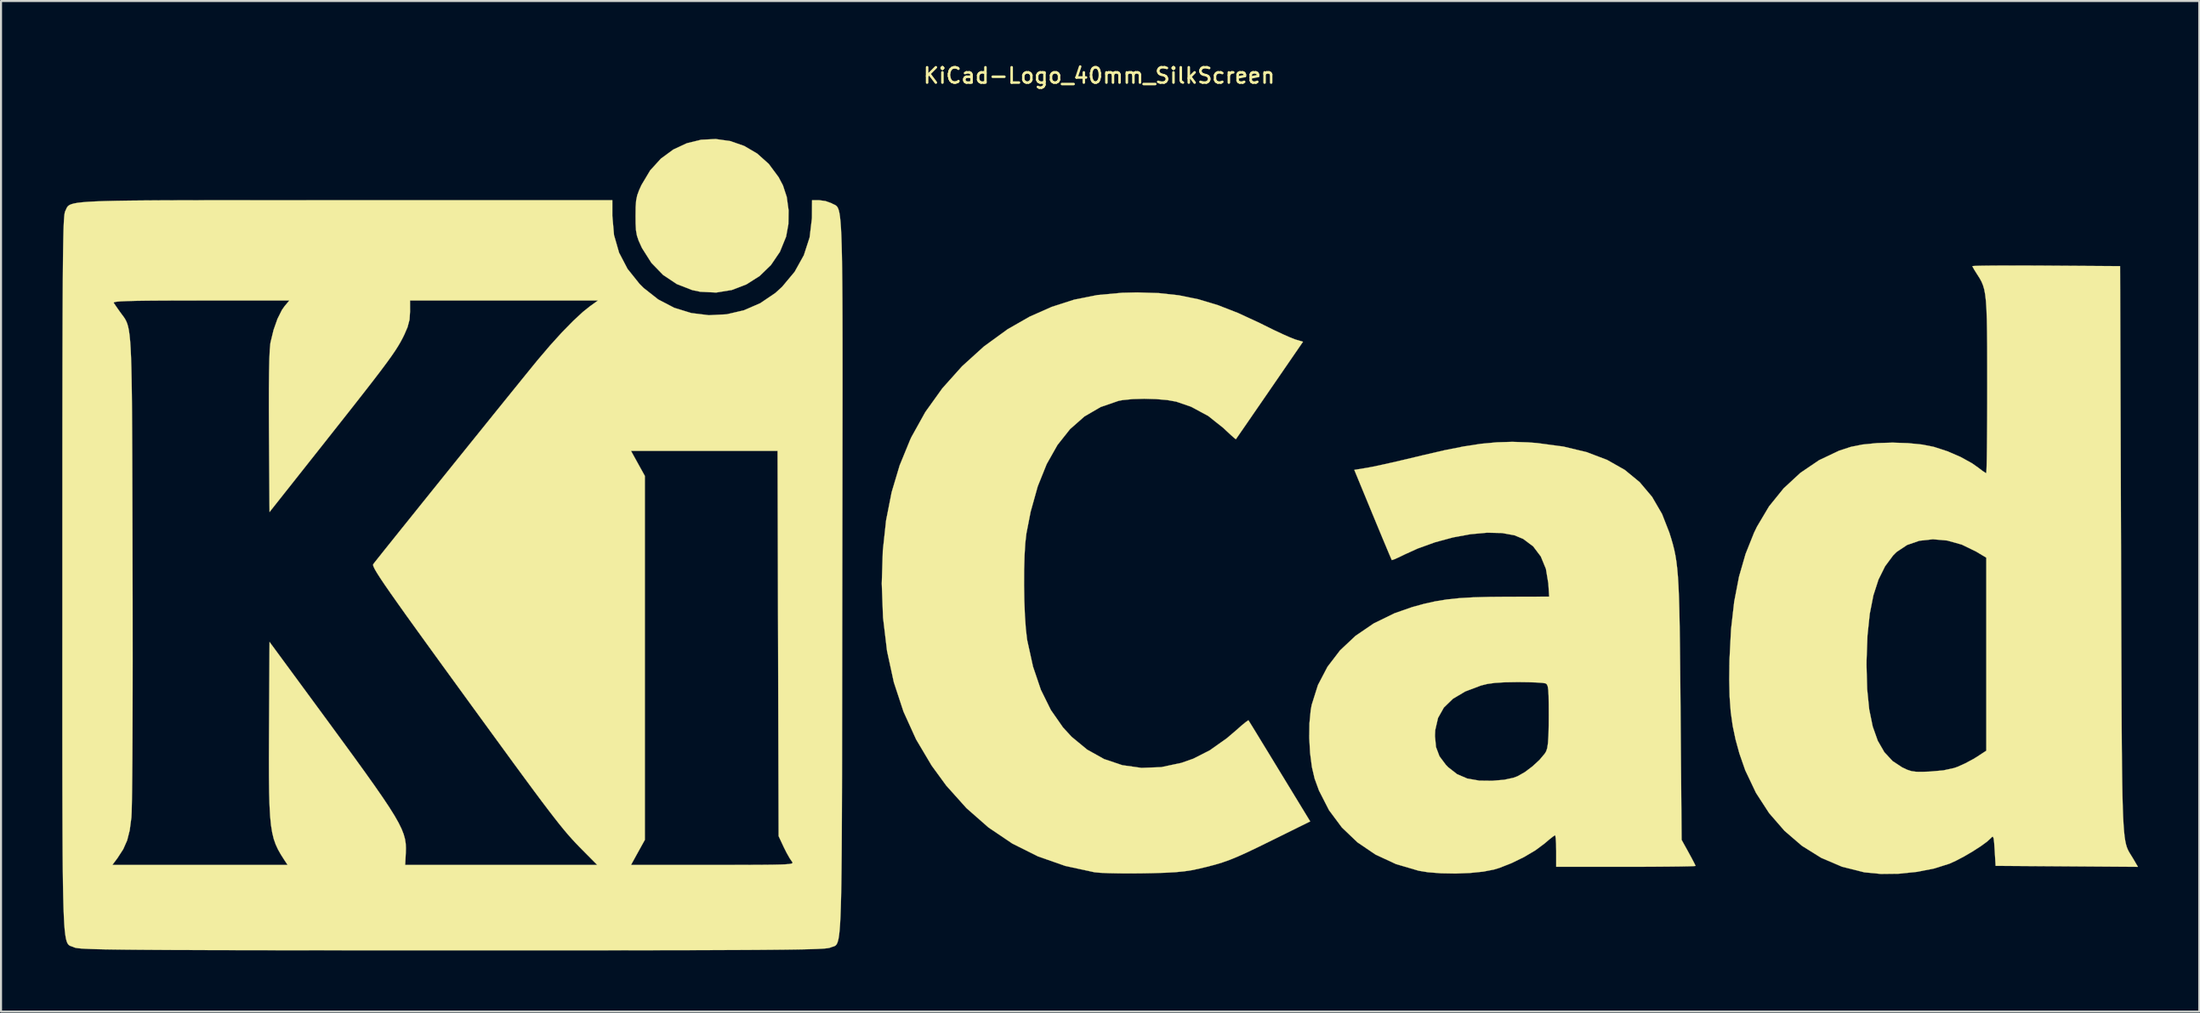
<source format=kicad_pcb>
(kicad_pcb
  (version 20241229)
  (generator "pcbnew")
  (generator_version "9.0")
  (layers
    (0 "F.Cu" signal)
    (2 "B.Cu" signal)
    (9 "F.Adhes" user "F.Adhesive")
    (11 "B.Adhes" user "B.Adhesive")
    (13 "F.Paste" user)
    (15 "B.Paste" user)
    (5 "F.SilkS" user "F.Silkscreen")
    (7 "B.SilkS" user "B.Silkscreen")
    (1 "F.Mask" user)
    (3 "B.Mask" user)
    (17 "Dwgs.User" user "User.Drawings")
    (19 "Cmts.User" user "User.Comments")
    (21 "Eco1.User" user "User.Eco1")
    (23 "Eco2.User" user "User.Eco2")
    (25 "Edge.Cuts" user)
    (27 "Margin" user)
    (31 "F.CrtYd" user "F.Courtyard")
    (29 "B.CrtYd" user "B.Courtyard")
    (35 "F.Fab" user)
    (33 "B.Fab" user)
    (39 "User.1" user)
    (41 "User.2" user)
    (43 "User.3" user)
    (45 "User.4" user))
  (footprint "KiCad-Logo_40mm_SilkScreen"
    (layer "F.Cu")
    (at 50.806 23.518)
    (property "Reference" "KiCad-Logo_40mm_SilkScreen" (at 0 -22.86 0) (layer "F.SilkS") (effects (font (size 0.75 0.75) (thickness 0.125))))
    (attr exclude_from_pos_files exclude_from_bom allow_missing_courtyard)
    (fp_poly (pts (xy -18.076 -19.651) (xy -17.392 -19.413) (xy -16.756 -19.04) (xy -16.187 -18.531) (xy -15.708 -17.886) (xy -15.493 -17.48) (xy -15.306 -16.911) (xy -15.216 -16.254) (xy -15.226 -15.579) (xy -15.337 -14.968) (xy -15.641 -14.22) (xy -16.081 -13.572) (xy -16.635 -13.035) (xy -17.282 -12.624) (xy -17.998 -12.349) (xy -18.761 -12.225) (xy -19.549 -12.263) (xy -19.938 -12.345) (xy -20.695 -12.64) (xy -21.367 -13.089) (xy -21.938 -13.679) (xy -22.393 -14.397) (xy -22.431 -14.475) (xy -22.564 -14.769) (xy -22.647 -15.017) (xy -22.693 -15.278) (xy -22.711 -15.613) (xy -22.714 -15.977) (xy -22.709 -16.415) (xy -22.686 -16.732) (xy -22.634 -16.987) (xy -22.541 -17.243) (xy -22.426 -17.496) (xy -21.998 -18.213) (xy -21.47 -18.793) (xy -20.864 -19.237) (xy -20.201 -19.545) (xy -19.501 -19.716) (xy -18.786 -19.751) (xy -18.076 -19.651)) (stroke (width 0.01) (type solid)) (fill yes) (layer "F.SilkS"))
    (fp_poly (pts (xy 2.917 -12.197) (xy 3.899 -12.09) (xy 4.85 -11.898) (xy 5.809 -11.61) (xy 6.815 -11.218) (xy 7.907 -10.711) (xy 8.103 -10.613) (xy 8.554 -10.39) (xy 8.98 -10.19) (xy 9.338 -10.031) (xy 9.586 -9.933) (xy 9.624 -9.92) (xy 9.989 -9.811) (xy 8.354 -7.432) (xy 7.954 -6.85) (xy 7.588 -6.319) (xy 7.27 -5.856) (xy 7.01 -5.479) (xy 6.822 -5.207) (xy 6.718 -5.057) (xy 6.701 -5.033) (xy 6.632 -5.083) (xy 6.463 -5.232) (xy 6.223 -5.454) (xy 6.091 -5.58) (xy 5.343 -6.175) (xy 4.502 -6.627) (xy 3.778 -6.875) (xy 3.343 -6.953) (xy 2.799 -7) (xy 2.209 -7.016) (xy 1.638 -7) (xy 1.148 -6.951) (xy 0.953 -6.914) (xy 0.074 -6.611) (xy -0.719 -6.149) (xy -1.424 -5.528) (xy -2.041 -4.75) (xy -2.569 -3.815) (xy -3.008 -2.723) (xy -3.356 -1.477) (xy -3.564 -0.41) (xy -3.618 0.061) (xy -3.655 0.67) (xy -3.675 1.372) (xy -3.678 2.125) (xy -3.666 2.883) (xy -3.637 3.605) (xy -3.593 4.245) (xy -3.534 4.76) (xy -3.521 4.839) (xy -3.239 6.12) (xy -2.855 7.253) (xy -2.366 8.244) (xy -1.771 9.098) (xy -1.348 9.559) (xy -0.588 10.186) (xy 0.245 10.651) (xy 1.138 10.951) (xy 2.076 11.083) (xy 3.045 11.046) (xy 4.031 10.837) (xy 4.614 10.632) (xy 5.422 10.221) (xy 6.253 9.633) (xy 6.719 9.235) (xy 6.981 9.004) (xy 7.187 8.835) (xy 7.304 8.754) (xy 7.318 8.751) (xy 7.37 8.835) (xy 7.506 9.054) (xy 7.713 9.392) (xy 7.979 9.829) (xy 8.295 10.346) (xy 8.647 10.924) (xy 8.843 11.246) (xy 10.342 13.707) (xy 8.471 14.632) (xy 7.795 14.964) (xy 7.247 15.226) (xy 6.794 15.43) (xy 6.402 15.591) (xy 6.039 15.72) (xy 5.67 15.831) (xy 5.262 15.937) (xy 4.871 16.03) (xy 4.523 16.102) (xy 4.159 16.156) (xy 3.744 16.196) (xy 3.239 16.224) (xy 2.609 16.244) (xy 2.185 16.252) (xy 1.579 16.258) (xy 0.999 16.255) (xy 0.481 16.245) (xy 0.066 16.227) (xy -0.209 16.202) (xy -0.226 16.2) (xy -1.656 15.891) (xy -2.999 15.421) (xy -4.254 14.793) (xy -5.421 14.005) (xy -6.499 13.058) (xy -7.489 11.953) (xy -8.206 10.97) (xy -8.969 9.684) (xy -9.585 8.326) (xy -10.059 6.885) (xy -10.392 5.35) (xy -10.588 3.711) (xy -10.65 2.046) (xy -10.599 0.435) (xy -10.439 -1.051) (xy -10.166 -2.437) (xy -9.774 -3.749) (xy -9.257 -5.012) (xy -9.196 -5.142) (xy -8.516 -6.365) (xy -7.682 -7.529) (xy -6.716 -8.609) (xy -5.643 -9.582) (xy -4.485 -10.424) (xy -3.407 -11.041) (xy -2.317 -11.524) (xy -1.225 -11.875) (xy -0.089 -12.101) (xy 1.135 -12.213) (xy 1.866 -12.23) (xy 2.917 -12.197)) (stroke (width 0.01) (type solid)) (fill yes) (layer "F.SilkS"))
    (fp_poly (pts (xy 45.37 -13.548) (xy 46.144 -13.545) (xy 46.407 -13.543) (xy 50.026 -13.519) (xy 50.072 0.364) (xy 50.078 2.247) (xy 50.083 3.956) (xy 50.088 5.501) (xy 50.093 6.891) (xy 50.098 8.133) (xy 50.104 9.238) (xy 50.111 10.214) (xy 50.12 11.07) (xy 50.13 11.814) (xy 50.142 12.456) (xy 50.157 13.005) (xy 50.174 13.468) (xy 50.195 13.855) (xy 50.219 14.176) (xy 50.246 14.438) (xy 50.278 14.651) (xy 50.314 14.823) (xy 50.355 14.963) (xy 50.401 15.08) (xy 50.453 15.184) (xy 50.511 15.282) (xy 50.574 15.384) (xy 50.644 15.498) (xy 50.659 15.522) (xy 50.9 15.934) (xy 43.927 15.886) (xy 43.881 15.12) (xy 43.856 14.753) (xy 43.83 14.54) (xy 43.795 14.456) (xy 43.743 14.473) (xy 43.699 14.522) (xy 43.507 14.699) (xy 43.195 14.926) (xy 42.806 15.177) (xy 42.384 15.424) (xy 41.974 15.64) (xy 41.659 15.782) (xy 40.921 16.015) (xy 40.074 16.181) (xy 39.181 16.272) (xy 38.304 16.282) (xy 37.506 16.205) (xy 37.493 16.203) (xy 36.401 15.929) (xy 35.379 15.492) (xy 34.436 14.903) (xy 33.583 14.169) (xy 32.829 13.301) (xy 32.185 12.308) (xy 31.659 11.2) (xy 31.373 10.378) (xy 31.185 9.691) (xy 31.045 9.026) (xy 30.949 8.342) (xy 30.894 7.599) (xy 30.875 6.757) (xy 30.883 6.069) (xy 37.601 6.069) (xy 37.633 7.222) (xy 37.733 8.215) (xy 37.905 9.055) (xy 38.152 9.752) (xy 38.476 10.314) (xy 38.881 10.75) (xy 39.348 11.058) (xy 39.592 11.173) (xy 39.803 11.242) (xy 40.038 11.274) (xy 40.354 11.276) (xy 40.695 11.264) (xy 41.364 11.205) (xy 41.894 11.089) (xy 42.06 11.031) (xy 42.44 10.86) (xy 42.841 10.645) (xy 43.016 10.538) (xy 43.471 10.239) (xy 43.471 0.776) (xy 42.971 0.476) (xy 42.272 0.136) (xy 41.559 -0.064) (xy 40.856 -0.127) (xy 40.191 -0.054) (xy 39.589 0.154) (xy 39.075 0.496) (xy 38.91 0.66) (xy 38.511 1.197) (xy 38.188 1.848) (xy 37.938 2.623) (xy 37.759 3.534) (xy 37.648 4.591) (xy 37.603 5.807) (xy 37.601 6.069) (xy 30.883 6.069) (xy 30.887 5.783) (xy 30.964 4.284) (xy 31.118 2.932) (xy 31.354 1.708) (xy 31.676 0.59) (xy 32.087 -0.439) (xy 32.234 -0.744) (xy 32.825 -1.739) (xy 33.54 -2.623) (xy 34.361 -3.383) (xy 35.272 -4.002) (xy 36.255 -4.469) (xy 36.845 -4.661) (xy 37.424 -4.775) (xy 38.121 -4.843) (xy 38.877 -4.865) (xy 39.634 -4.84) (xy 40.333 -4.77) (xy 40.895 -4.659) (xy 41.563 -4.442) (xy 42.211 -4.162) (xy 42.777 -3.849) (xy 43.079 -3.636) (xy 43.287 -3.478) (xy 43.433 -3.382) (xy 43.466 -3.368) (xy 43.476 -3.457) (xy 43.486 -3.709) (xy 43.495 -4.108) (xy 43.502 -4.635) (xy 43.508 -5.273) (xy 43.513 -6.005) (xy 43.516 -6.811) (xy 43.517 -7.633) (xy 43.516 -8.685) (xy 43.514 -9.572) (xy 43.507 -10.311) (xy 43.496 -10.919) (xy 43.478 -11.413) (xy 43.452 -11.809) (xy 43.416 -12.125) (xy 43.369 -12.378) (xy 43.308 -12.584) (xy 43.234 -12.762) (xy 43.144 -12.926) (xy 43.036 -13.096) (xy 43.022 -13.117) (xy 42.884 -13.336) (xy 42.8 -13.487) (xy 42.789 -13.518) (xy 42.876 -13.528) (xy 43.127 -13.537) (xy 43.521 -13.543) (xy 44.039 -13.547) (xy 44.662 -13.549) (xy 45.37 -13.548)) (stroke (width 0.01) (type solid)) (fill yes) (layer "F.SilkS"))
    (fp_poly (pts (xy 21.003 -4.879) (xy 21.454 -4.845) (xy 22.745 -4.673) (xy 23.888 -4.399) (xy 24.889 -4.019) (xy 25.753 -3.53) (xy 26.486 -2.927) (xy 27.094 -2.207) (xy 27.583 -1.365) (xy 27.939 -0.455) (xy 28.03 -0.165) (xy 28.109 0.107) (xy 28.177 0.375) (xy 28.235 0.654) (xy 28.284 0.958) (xy 28.325 1.303) (xy 28.36 1.702) (xy 28.388 2.171) (xy 28.411 2.723) (xy 28.43 3.374) (xy 28.445 4.139) (xy 28.458 5.031) (xy 28.469 6.066) (xy 28.48 7.259) (xy 28.488 8.194) (xy 28.541 14.612) (xy 28.882 15.229) (xy 29.044 15.527) (xy 29.164 15.758) (xy 29.222 15.881) (xy 29.224 15.89) (xy 29.136 15.899) (xy 28.886 15.908) (xy 28.494 15.916) (xy 27.979 15.922) (xy 27.362 15.927) (xy 26.663 15.931) (xy 25.901 15.932) (xy 25.81 15.932) (xy 22.396 15.932) (xy 22.396 15.158) (xy 22.39 14.808) (xy 22.374 14.541) (xy 22.352 14.398) (xy 22.342 14.384) (xy 22.252 14.44) (xy 22.066 14.586) (xy 21.824 14.791) (xy 21.819 14.795) (xy 21.378 15.124) (xy 20.82 15.454) (xy 20.21 15.752) (xy 19.61 15.988) (xy 19.346 16.068) (xy 18.82 16.17) (xy 18.175 16.235) (xy 17.469 16.263) (xy 16.762 16.251) (xy 16.113 16.2) (xy 15.659 16.126) (xy 14.545 15.799) (xy 13.542 15.333) (xy 12.657 14.733) (xy 11.896 14.006) (xy 11.265 13.158) (xy 10.772 12.193) (xy 10.559 11.608) (xy 10.426 11.039) (xy 10.338 10.356) (xy 10.297 9.622) (xy 10.298 9.515) (xy 16.455 9.515) (xy 16.506 10.06) (xy 16.676 10.513) (xy 16.991 10.934) (xy 17.111 11.057) (xy 17.54 11.391) (xy 18.036 11.604) (xy 18.63 11.708) (xy 19.256 11.715) (xy 19.849 11.665) (xy 20.304 11.567) (xy 20.501 11.493) (xy 20.857 11.292) (xy 21.233 11.009) (xy 21.577 10.691) (xy 21.834 10.386) (xy 21.902 10.274) (xy 21.955 10.117) (xy 21.993 9.868) (xy 22.017 9.502) (xy 22.029 8.996) (xy 22.032 8.514) (xy 22.03 7.952) (xy 22.023 7.546) (xy 22.008 7.269) (xy 21.983 7.094) (xy 21.944 6.996) (xy 21.889 6.947) (xy 21.872 6.939) (xy 21.725 6.915) (xy 21.435 6.895) (xy 21.042 6.882) (xy 20.583 6.876) (xy 20.484 6.876) (xy 19.871 6.886) (xy 19.398 6.915) (xy 19.022 6.967) (xy 18.711 7.044) (xy 17.941 7.335) (xy 17.337 7.693) (xy 16.893 8.124) (xy 16.606 8.633) (xy 16.469 9.227) (xy 16.455 9.515) (xy 10.298 9.515) (xy 10.306 8.899) (xy 10.368 8.252) (xy 10.416 7.991) (xy 10.722 7.02) (xy 11.189 6.127) (xy 11.806 5.32) (xy 12.565 4.607) (xy 13.458 3.998) (xy 14.475 3.501) (xy 15.34 3.199) (xy 15.918 3.04) (xy 16.471 2.917) (xy 17.034 2.825) (xy 17.644 2.761) (xy 18.337 2.72) (xy 19.147 2.698) (xy 19.88 2.692) (xy 22.052 2.686) (xy 22.01 2.033) (xy 21.892 1.324) (xy 21.641 0.715) (xy 21.267 0.221) (xy 20.781 -0.143) (xy 20.354 -0.321) (xy 19.741 -0.433) (xy 19.011 -0.449) (xy 18.199 -0.375) (xy 17.339 -0.217) (xy 16.465 0.019) (xy 15.61 0.327) (xy 14.989 0.609) (xy 14.691 0.754) (xy 14.463 0.855) (xy 14.347 0.895) (xy 14.341 0.893) (xy 14.301 0.805) (xy 14.201 0.571) (xy 14.051 0.213) (xy 13.859 -0.246) (xy 13.636 -0.784) (xy 13.409 -1.332) (xy 12.503 -3.529) (xy 13.148 -3.635) (xy 13.427 -3.688) (xy 13.847 -3.777) (xy 14.372 -3.894) (xy 14.965 -4.032) (xy 15.592 -4.181) (xy 15.841 -4.241) (xy 16.919 -4.491) (xy 17.864 -4.679) (xy 18.709 -4.808) (xy 19.491 -4.881) (xy 20.243 -4.904) (xy 21.003 -4.879)) (stroke (width 0.01) (type solid)) (fill yes) (layer "F.SilkS"))
    (fp_poly (pts (xy -39.491 -16.752) (xy -37.737 -16.751) (xy -36.921 -16.751) (xy -23.852 -16.751) (xy -23.852 -15.981) (xy -23.77 -15.043) (xy -23.522 -14.179) (xy -23.106 -13.382) (xy -22.519 -12.648) (xy -22.32 -12.449) (xy -21.606 -11.887) (xy -20.819 -11.476) (xy -19.982 -11.218) (xy -19.118 -11.112) (xy -18.251 -11.157) (xy -17.405 -11.354) (xy -16.602 -11.703) (xy -15.866 -12.202) (xy -15.535 -12.503) (xy -14.919 -13.242) (xy -14.468 -14.054) (xy -14.184 -14.931) (xy -14.073 -15.863) (xy -14.071 -15.955) (xy -14.066 -16.751) (xy -13.715 -16.751) (xy -13.405 -16.709) (xy -13.121 -16.607) (xy -13.102 -16.596) (xy -13.038 -16.563) (xy -12.98 -16.537) (xy -12.926 -16.511) (xy -12.877 -16.477) (xy -12.832 -16.428) (xy -12.792 -16.356) (xy -12.756 -16.254) (xy -12.724 -16.114) (xy -12.696 -15.928) (xy -12.672 -15.689) (xy -12.65 -15.39) (xy -12.632 -15.023) (xy -12.617 -14.58) (xy -12.604 -14.054) (xy -12.594 -13.438) (xy -12.586 -12.723) (xy -12.58 -11.902) (xy -12.576 -10.968) (xy -12.574 -9.913) (xy -12.573 -8.73) (xy -12.573 -7.411) (xy -12.575 -5.948) (xy -12.577 -4.335) (xy -12.579 -2.562) (xy -12.582 -0.624) (xy -12.585 1.488) (xy -12.585 1.745) (xy -12.588 3.871) (xy -12.59 5.822) (xy -12.592 7.606) (xy -12.595 9.23) (xy -12.597 10.703) (xy -12.6 12.031) (xy -12.604 13.223) (xy -12.609 14.285) (xy -12.615 15.225) (xy -12.623 16.051) (xy -12.632 16.77) (xy -12.644 17.391) (xy -12.658 17.919) (xy -12.674 18.364) (xy -12.693 18.732) (xy -12.715 19.031) (xy -12.74 19.268) (xy -12.769 19.452) (xy -12.801 19.589) (xy -12.838 19.688) (xy -12.878 19.755) (xy -12.923 19.798) (xy -12.973 19.825) (xy -13.027 19.844) (xy -13.087 19.861) (xy -13.152 19.885) (xy -13.168 19.892) (xy -13.218 19.908) (xy -13.302 19.923) (xy -13.426 19.937) (xy -13.599 19.949) (xy -13.828 19.961) (xy -14.12 19.971) (xy -14.481 19.98) (xy -14.921 19.988) (xy -15.445 19.995) (xy -16.061 20.001) (xy -16.777 20.007) (xy -17.599 20.011) (xy -18.536 20.015) (xy -19.594 20.019) (xy -20.78 20.021) (xy -22.103 20.023) (xy -23.569 20.025) (xy -25.185 20.026) (xy -26.96 20.026) (xy -28.899 20.027) (xy -31.011 20.027) (xy -31.695 20.027) (xy -33.854 20.026) (xy -35.839 20.026) (xy -37.656 20.025) (xy -39.313 20.024) (xy -40.818 20.022) (xy -42.177 20.02) (xy -43.399 20.018) (xy -44.491 20.014) (xy -45.459 20.011) (xy -46.312 20.006) (xy -47.057 20.001) (xy -47.701 19.995) (xy -48.252 19.988) (xy -48.717 19.981) (xy -49.103 19.972) (xy -49.419 19.962) (xy -49.67 19.951) (xy -49.865 19.94) (xy -50.011 19.926) (xy -50.116 19.912) (xy -50.186 19.896) (xy -50.225 19.882) (xy -50.293 19.853) (xy -50.355 19.832) (xy -50.413 19.811) (xy -50.465 19.782) (xy -50.512 19.738) (xy -50.555 19.672) (xy -50.593 19.576) (xy -50.627 19.442) (xy -50.657 19.262) (xy -50.684 19.031) (xy -50.707 18.739) (xy -50.726 18.379) (xy -50.743 17.944) (xy -50.757 17.426) (xy -50.769 16.818) (xy -50.778 16.112) (xy -50.781 15.841) (xy -48.351 15.841) (xy -39.763 15.841) (xy -39.929 15.591) (xy -40.093 15.333) (xy -40.232 15.088) (xy -40.348 14.838) (xy -40.443 14.567) (xy -40.518 14.255) (xy -40.577 13.888) (xy -40.62 13.447) (xy -40.649 12.916) (xy -40.668 12.277) (xy -40.677 11.513) (xy -40.679 10.607) (xy -40.675 9.542) (xy -40.673 9.146) (xy -40.649 4.907) (xy -37.963 8.563) (xy -37.203 9.601) (xy -36.543 10.504) (xy -35.979 11.285) (xy -35.502 11.956) (xy -35.105 12.529) (xy -34.781 13.015) (xy -34.523 13.428) (xy -34.325 13.778) (xy -34.178 14.078) (xy -34.076 14.34) (xy -34.011 14.575) (xy -33.977 14.796) (xy -33.967 15.014) (xy -33.972 15.242) (xy -33.974 15.271) (xy -34.003 15.841) (xy -29.297 15.841) (xy -24.592 15.841) (xy -25.292 15.135) (xy -25.482 14.942) (xy -25.662 14.754) (xy -25.84 14.561) (xy -26.025 14.353) (xy -26.223 14.118) (xy -26.443 13.848) (xy -26.693 13.53) (xy -26.981 13.156) (xy -27.315 12.715) (xy -27.702 12.195) (xy -28.15 11.588) (xy -28.668 10.883) (xy -29.262 10.068) (xy -29.942 9.135) (xy -30.716 8.072) (xy -31.349 7.2) (xy -32.145 6.104) (xy -32.838 5.147) (xy -33.437 4.317) (xy -33.947 3.608) (xy -34.373 3.008) (xy -34.724 2.51) (xy -35.005 2.104) (xy -35.221 1.781) (xy -35.38 1.532) (xy -35.488 1.348) (xy -35.551 1.22) (xy -35.576 1.139) (xy -35.568 1.096) (xy -35.48 0.982) (xy -35.288 0.74) (xy -35.006 0.386) (xy -34.643 -0.067) (xy -34.213 -0.604) (xy -33.725 -1.211) (xy -33.193 -1.874) (xy -32.627 -2.578) (xy -32.039 -3.309) (xy -31.441 -4.052) (xy -31.111 -4.461) (xy -22.938 -4.461) (xy -22.599 -3.846) (xy -22.259 -3.232) (xy -22.259 14.612) (xy -22.599 15.226) (xy -22.938 15.841) (xy -18.92 15.841) (xy -17.961 15.841) (xy -17.169 15.839) (xy -16.528 15.836) (xy -16.024 15.831) (xy -15.642 15.823) (xy -15.366 15.812) (xy -15.181 15.796) (xy -15.071 15.776) (xy -15.023 15.75) (xy -15.021 15.718) (xy -15.048 15.679) (xy -15.049 15.679) (xy -15.163 15.513) (xy -15.315 15.243) (xy -15.45 14.974) (xy -15.704 14.43) (xy -15.73 4.984) (xy -15.756 -4.461) (xy -22.938 -4.461) (xy -31.111 -4.461) (xy -30.843 -4.794) (xy -30.258 -5.519) (xy -29.698 -6.215) (xy -29.173 -6.865) (xy -28.695 -7.456) (xy -28.276 -7.974) (xy -27.928 -8.403) (xy -27.661 -8.731) (xy -27.505 -8.922) (xy -26.897 -9.636) (xy -26.312 -10.281) (xy -25.77 -10.834) (xy -25.293 -11.276) (xy -24.954 -11.547) (xy -24.553 -11.835) (xy -33.766 -11.835) (xy -33.764 -11.295) (xy -33.789 -10.897) (xy -33.886 -10.529) (xy -34.036 -10.179) (xy -34.133 -9.982) (xy -34.238 -9.786) (xy -34.36 -9.58) (xy -34.508 -9.349) (xy -34.692 -9.081) (xy -34.922 -8.763) (xy -35.206 -8.382) (xy -35.556 -7.924) (xy -35.98 -7.378) (xy -36.488 -6.729) (xy -37.089 -5.966) (xy -37.793 -5.075) (xy -37.872 -4.974) (xy -40.649 -1.463) (xy -40.676 -5.352) (xy -40.681 -6.516) (xy -40.68 -7.503) (xy -40.672 -8.313) (xy -40.658 -8.952) (xy -40.637 -9.421) (xy -40.609 -9.725) (xy -40.599 -9.783) (xy -40.452 -10.39) (xy -40.259 -10.937) (xy -40.038 -11.377) (xy -39.906 -11.563) (xy -39.677 -11.835) (xy -44.015 -11.835) (xy -45.05 -11.834) (xy -45.915 -11.831) (xy -46.623 -11.826) (xy -47.188 -11.818) (xy -47.62 -11.807) (xy -47.934 -11.793) (xy -48.141 -11.775) (xy -48.254 -11.753) (xy -48.286 -11.727) (xy -48.284 -11.721) (xy -48.192 -11.583) (xy -48.039 -11.363) (xy -47.959 -11.251) (xy -47.877 -11.14) (xy -47.803 -11.041) (xy -47.737 -10.944) (xy -47.679 -10.838) (xy -47.627 -10.716) (xy -47.582 -10.566) (xy -47.542 -10.378) (xy -47.509 -10.144) (xy -47.48 -9.854) (xy -47.456 -9.497) (xy -47.436 -9.063) (xy -47.42 -8.544) (xy -47.407 -7.929) (xy -47.396 -7.208) (xy -47.388 -6.372) (xy -47.382 -5.411) (xy -47.377 -4.315) (xy -47.373 -3.075) (xy -47.369 -1.68) (xy -47.365 -0.121) (xy -47.362 1.311) (xy -47.358 2.908) (xy -47.357 4.431) (xy -47.356 5.872) (xy -47.358 7.219) (xy -47.361 8.464) (xy -47.365 9.597) (xy -47.37 10.608) (xy -47.377 11.487) (xy -47.385 12.225) (xy -47.395 12.812) (xy -47.405 13.238) (xy -47.417 13.493) (xy -47.419 13.52) (xy -47.5 14.139) (xy -47.625 14.635) (xy -47.817 15.069) (xy -48.095 15.498) (xy -48.129 15.545) (xy -48.351 15.841) (xy -50.781 15.841) (xy -50.786 15.3) (xy -50.791 14.376) (xy -50.795 13.332) (xy -50.798 12.159) (xy -50.8 10.851) (xy -50.801 9.4) (xy -50.801 7.798) (xy -50.801 6.038) (xy -50.8 4.113) (xy -50.8 2.014) (xy -50.8 1.598) (xy -50.8 -0.523) (xy -50.799 -2.469) (xy -50.799 -4.248) (xy -50.798 -5.867) (xy -50.796 -7.334) (xy -50.794 -8.656) (xy -50.791 -9.841) (xy -50.788 -10.897) (xy -50.784 -11.83) (xy -50.779 -12.648) (xy -50.774 -13.359) (xy -50.768 -13.97) (xy -50.76 -14.488) (xy -50.752 -14.922) (xy -50.743 -15.278) (xy -50.733 -15.564) (xy -50.721 -15.788) (xy -50.708 -15.956) (xy -50.694 -16.077) (xy -50.679 -16.158) (xy -50.663 -16.207) (xy -50.662 -16.208) (xy -50.628 -16.282) (xy -50.599 -16.349) (xy -50.567 -16.409) (xy -50.524 -16.463) (xy -50.46 -16.511) (xy -50.367 -16.553) (xy -50.236 -16.59) (xy -50.057 -16.623) (xy -49.824 -16.65) (xy -49.525 -16.674) (xy -49.154 -16.693) (xy -48.701 -16.709) (xy -48.157 -16.722) (xy -47.514 -16.732) (xy -46.762 -16.739) (xy -45.894 -16.745) (xy -44.9 -16.748) (xy -43.771 -16.75) (xy -42.5 -16.751) (xy -41.076 -16.752) (xy -39.491 -16.752)) (stroke (width 0.01) (type solid)) (fill yes) (layer "F.SilkS")))
  (gr_rect
    (start -3 -3)
    (end 104.711 46.55)
    (stroke (width 0.1) (type default))
    (fill no)
    (layer "Edge.Cuts")))
</source>
